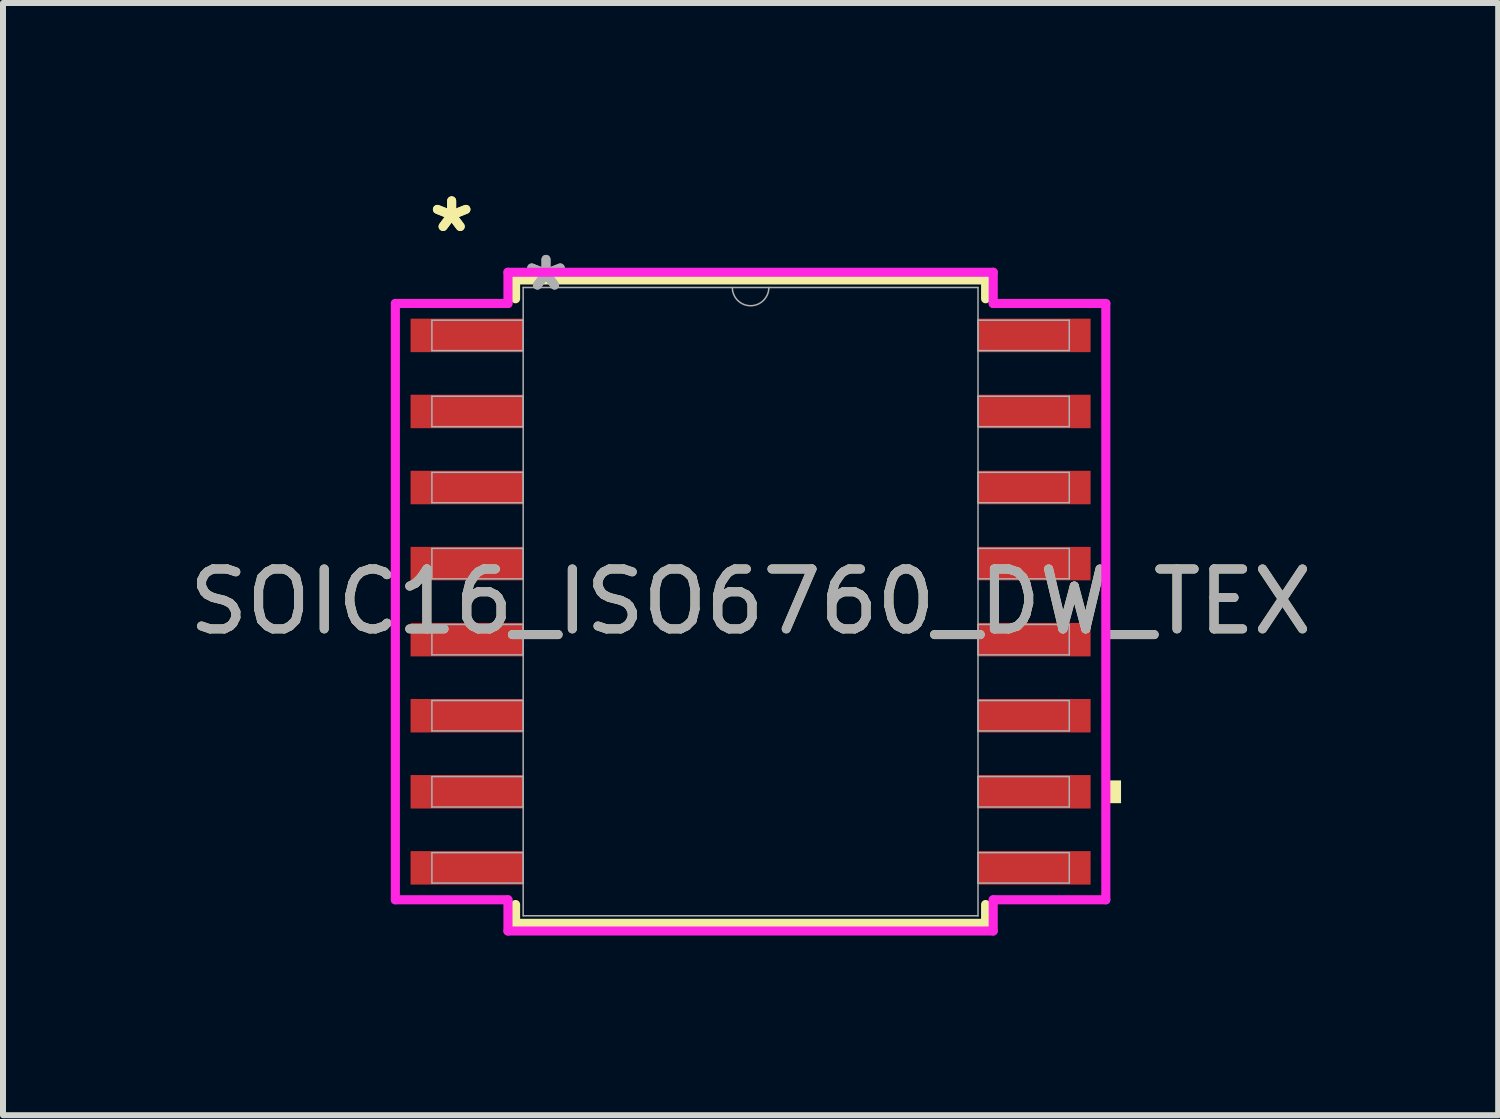
<source format=kicad_pcb>
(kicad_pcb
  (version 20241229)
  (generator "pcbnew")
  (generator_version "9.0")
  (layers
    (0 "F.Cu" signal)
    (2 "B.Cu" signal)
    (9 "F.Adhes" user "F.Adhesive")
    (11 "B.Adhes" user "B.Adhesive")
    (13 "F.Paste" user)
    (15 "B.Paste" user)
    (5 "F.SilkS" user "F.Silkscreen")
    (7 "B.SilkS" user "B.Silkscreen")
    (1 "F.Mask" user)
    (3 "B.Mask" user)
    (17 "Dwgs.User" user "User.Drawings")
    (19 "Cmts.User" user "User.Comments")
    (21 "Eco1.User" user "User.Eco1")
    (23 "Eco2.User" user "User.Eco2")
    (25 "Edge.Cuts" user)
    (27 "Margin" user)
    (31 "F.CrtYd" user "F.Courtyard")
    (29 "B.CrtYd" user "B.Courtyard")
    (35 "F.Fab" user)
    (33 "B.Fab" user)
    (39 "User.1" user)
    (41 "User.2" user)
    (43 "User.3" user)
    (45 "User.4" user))
  (footprint "SOIC16_ISO6760_DW_TEX"
    (layer "F.Cu")
    (at 9.482 6.995)
    (property "Reference" "SOIC16_ISO6760_DW_TEX" (at 0 0 0) (unlocked yes) (layer "F.SilkS") (effects (font (size 1 1) (thickness 0.15))))
    (attr smd)
    (fp_line (start -3.924 -5.372) (end -3.924 -5.057) (stroke (width 0.152) (type solid)) (layer "F.SilkS"))
    (fp_line (start -3.924 5.057) (end -3.924 5.372) (stroke (width 0.152) (type solid)) (layer "F.SilkS"))
    (fp_line (start -3.924 5.372) (end 3.924 5.372) (stroke (width 0.152) (type solid)) (layer "F.SilkS"))
    (fp_line (start 3.924 -5.372) (end -3.924 -5.372) (stroke (width 0.152) (type solid)) (layer "F.SilkS"))
    (fp_line (start 3.924 -5.057) (end 3.924 -5.372) (stroke (width 0.152) (type solid)) (layer "F.SilkS"))
    (fp_line (start 3.924 5.372) (end 3.924 5.057) (stroke (width 0.152) (type solid)) (layer "F.SilkS"))
    (fp_poly (pts (xy 6.185 2.985) (xy 6.185 3.365) (xy 5.931 3.365) (xy 5.931 2.985)) (stroke (width 0) (type solid)) (fill yes) (layer "F.SilkS"))
    (fp_line (start -5.931 -4.978) (end -4.051 -4.978) (stroke (width 0.152) (type solid)) (layer "F.CrtYd"))
    (fp_line (start -5.931 4.978) (end -5.931 -4.978) (stroke (width 0.152) (type solid)) (layer "F.CrtYd"))
    (fp_line (start -5.931 4.978) (end -4.051 4.978) (stroke (width 0.152) (type solid)) (layer "F.CrtYd"))
    (fp_line (start -4.051 -5.499) (end 4.051 -5.499) (stroke (width 0.152) (type solid)) (layer "F.CrtYd"))
    (fp_line (start -4.051 -4.978) (end -4.051 -5.499) (stroke (width 0.152) (type solid)) (layer "F.CrtYd"))
    (fp_line (start -4.051 5.499) (end -4.051 4.978) (stroke (width 0.152) (type solid)) (layer "F.CrtYd"))
    (fp_line (start 4.051 -5.499) (end 4.051 -4.978) (stroke (width 0.152) (type solid)) (layer "F.CrtYd"))
    (fp_line (start 4.051 4.978) (end 4.051 5.499) (stroke (width 0.152) (type solid)) (layer "F.CrtYd"))
    (fp_line (start 4.051 5.499) (end -4.051 5.499) (stroke (width 0.152) (type solid)) (layer "F.CrtYd"))
    (fp_line (start 5.931 -4.978) (end 4.051 -4.978) (stroke (width 0.152) (type solid)) (layer "F.CrtYd"))
    (fp_line (start 5.931 -4.978) (end 5.931 4.978) (stroke (width 0.152) (type solid)) (layer "F.CrtYd"))
    (fp_line (start 5.931 4.978) (end 4.051 4.978) (stroke (width 0.152) (type solid)) (layer "F.CrtYd"))
    (fp_line (start -5.321 -4.699) (end -5.321 -4.191) (stroke (width 0.025) (type solid)) (layer "F.Fab"))
    (fp_line (start -5.321 -4.191) (end -3.797 -4.191) (stroke (width 0.025) (type solid)) (layer "F.Fab"))
    (fp_line (start -5.321 -3.429) (end -5.321 -2.921) (stroke (width 0.025) (type solid)) (layer "F.Fab"))
    (fp_line (start -5.321 -2.921) (end -3.797 -2.921) (stroke (width 0.025) (type solid)) (layer "F.Fab"))
    (fp_line (start -5.321 -2.159) (end -5.321 -1.651) (stroke (width 0.025) (type solid)) (layer "F.Fab"))
    (fp_line (start -5.321 -1.651) (end -3.797 -1.651) (stroke (width 0.025) (type solid)) (layer "F.Fab"))
    (fp_line (start -5.321 -0.889) (end -5.321 -0.381) (stroke (width 0.025) (type solid)) (layer "F.Fab"))
    (fp_line (start -5.321 -0.381) (end -3.797 -0.381) (stroke (width 0.025) (type solid)) (layer "F.Fab"))
    (fp_line (start -5.321 0.381) (end -5.321 0.889) (stroke (width 0.025) (type solid)) (layer "F.Fab"))
    (fp_line (start -5.321 0.889) (end -3.797 0.889) (stroke (width 0.025) (type solid)) (layer "F.Fab"))
    (fp_line (start -5.321 1.651) (end -5.321 2.159) (stroke (width 0.025) (type solid)) (layer "F.Fab"))
    (fp_line (start -5.321 2.159) (end -3.797 2.159) (stroke (width 0.025) (type solid)) (layer "F.Fab"))
    (fp_line (start -5.321 2.921) (end -5.321 3.429) (stroke (width 0.025) (type solid)) (layer "F.Fab"))
    (fp_line (start -5.321 3.429) (end -3.797 3.429) (stroke (width 0.025) (type solid)) (layer "F.Fab"))
    (fp_line (start -5.321 4.191) (end -5.321 4.699) (stroke (width 0.025) (type solid)) (layer "F.Fab"))
    (fp_line (start -5.321 4.699) (end -3.797 4.699) (stroke (width 0.025) (type solid)) (layer "F.Fab"))
    (fp_line (start -3.797 -5.245) (end -3.797 5.245) (stroke (width 0.025) (type solid)) (layer "F.Fab"))
    (fp_line (start -3.797 -4.699) (end -5.321 -4.699) (stroke (width 0.025) (type solid)) (layer "F.Fab"))
    (fp_line (start -3.797 -4.191) (end -3.797 -4.699) (stroke (width 0.025) (type solid)) (layer "F.Fab"))
    (fp_line (start -3.797 -3.429) (end -5.321 -3.429) (stroke (width 0.025) (type solid)) (layer "F.Fab"))
    (fp_line (start -3.797 -2.921) (end -3.797 -3.429) (stroke (width 0.025) (type solid)) (layer "F.Fab"))
    (fp_line (start -3.797 -2.159) (end -5.321 -2.159) (stroke (width 0.025) (type solid)) (layer "F.Fab"))
    (fp_line (start -3.797 -1.651) (end -3.797 -2.159) (stroke (width 0.025) (type solid)) (layer "F.Fab"))
    (fp_line (start -3.797 -0.889) (end -5.321 -0.889) (stroke (width 0.025) (type solid)) (layer "F.Fab"))
    (fp_line (start -3.797 -0.381) (end -3.797 -0.889) (stroke (width 0.025) (type solid)) (layer "F.Fab"))
    (fp_line (start -3.797 0.381) (end -5.321 0.381) (stroke (width 0.025) (type solid)) (layer "F.Fab"))
    (fp_line (start -3.797 0.889) (end -3.797 0.381) (stroke (width 0.025) (type solid)) (layer "F.Fab"))
    (fp_line (start -3.797 1.651) (end -5.321 1.651) (stroke (width 0.025) (type solid)) (layer "F.Fab"))
    (fp_line (start -3.797 2.159) (end -3.797 1.651) (stroke (width 0.025) (type solid)) (layer "F.Fab"))
    (fp_line (start -3.797 2.921) (end -5.321 2.921) (stroke (width 0.025) (type solid)) (layer "F.Fab"))
    (fp_line (start -3.797 3.429) (end -3.797 2.921) (stroke (width 0.025) (type solid)) (layer "F.Fab"))
    (fp_line (start -3.797 4.191) (end -5.321 4.191) (stroke (width 0.025) (type solid)) (layer "F.Fab"))
    (fp_line (start -3.797 4.699) (end -3.797 4.191) (stroke (width 0.025) (type solid)) (layer "F.Fab"))
    (fp_line (start -3.797 5.245) (end 3.797 5.245) (stroke (width 0.025) (type solid)) (layer "F.Fab"))
    (fp_line (start 3.797 -5.245) (end -3.797 -5.245) (stroke (width 0.025) (type solid)) (layer "F.Fab"))
    (fp_line (start 3.797 -4.699) (end 3.797 -4.191) (stroke (width 0.025) (type solid)) (layer "F.Fab"))
    (fp_line (start 3.797 -4.191) (end 5.321 -4.191) (stroke (width 0.025) (type solid)) (layer "F.Fab"))
    (fp_line (start 3.797 -3.429) (end 3.797 -2.921) (stroke (width 0.025) (type solid)) (layer "F.Fab"))
    (fp_line (start 3.797 -2.921) (end 5.321 -2.921) (stroke (width 0.025) (type solid)) (layer "F.Fab"))
    (fp_line (start 3.797 -2.159) (end 3.797 -1.651) (stroke (width 0.025) (type solid)) (layer "F.Fab"))
    (fp_line (start 3.797 -1.651) (end 5.321 -1.651) (stroke (width 0.025) (type solid)) (layer "F.Fab"))
    (fp_line (start 3.797 -0.889) (end 3.797 -0.381) (stroke (width 0.025) (type solid)) (layer "F.Fab"))
    (fp_line (start 3.797 -0.381) (end 5.321 -0.381) (stroke (width 0.025) (type solid)) (layer "F.Fab"))
    (fp_line (start 3.797 0.381) (end 3.797 0.889) (stroke (width 0.025) (type solid)) (layer "F.Fab"))
    (fp_line (start 3.797 0.889) (end 5.321 0.889) (stroke (width 0.025) (type solid)) (layer "F.Fab"))
    (fp_line (start 3.797 1.651) (end 3.797 2.159) (stroke (width 0.025) (type solid)) (layer "F.Fab"))
    (fp_line (start 3.797 2.159) (end 5.321 2.159) (stroke (width 0.025) (type solid)) (layer "F.Fab"))
    (fp_line (start 3.797 2.921) (end 3.797 3.429) (stroke (width 0.025) (type solid)) (layer "F.Fab"))
    (fp_line (start 3.797 3.429) (end 5.321 3.429) (stroke (width 0.025) (type solid)) (layer "F.Fab"))
    (fp_line (start 3.797 4.191) (end 3.797 4.699) (stroke (width 0.025) (type solid)) (layer "F.Fab"))
    (fp_line (start 3.797 4.699) (end 5.321 4.699) (stroke (width 0.025) (type solid)) (layer "F.Fab"))
    (fp_line (start 3.797 5.245) (end 3.797 -5.245) (stroke (width 0.025) (type solid)) (layer "F.Fab"))
    (fp_line (start 5.321 -4.699) (end 3.797 -4.699) (stroke (width 0.025) (type solid)) (layer "F.Fab"))
    (fp_line (start 5.321 -4.191) (end 5.321 -4.699) (stroke (width 0.025) (type solid)) (layer "F.Fab"))
    (fp_line (start 5.321 -3.429) (end 3.797 -3.429) (stroke (width 0.025) (type solid)) (layer "F.Fab"))
    (fp_line (start 5.321 -2.921) (end 5.321 -3.429) (stroke (width 0.025) (type solid)) (layer "F.Fab"))
    (fp_line (start 5.321 -2.159) (end 3.797 -2.159) (stroke (width 0.025) (type solid)) (layer "F.Fab"))
    (fp_line (start 5.321 -1.651) (end 5.321 -2.159) (stroke (width 0.025) (type solid)) (layer "F.Fab"))
    (fp_line (start 5.321 -0.889) (end 3.797 -0.889) (stroke (width 0.025) (type solid)) (layer "F.Fab"))
    (fp_line (start 5.321 -0.381) (end 5.321 -0.889) (stroke (width 0.025) (type solid)) (layer "F.Fab"))
    (fp_line (start 5.321 0.381) (end 3.797 0.381) (stroke (width 0.025) (type solid)) (layer "F.Fab"))
    (fp_line (start 5.321 0.889) (end 5.321 0.381) (stroke (width 0.025) (type solid)) (layer "F.Fab"))
    (fp_line (start 5.321 1.651) (end 3.797 1.651) (stroke (width 0.025) (type solid)) (layer "F.Fab"))
    (fp_line (start 5.321 2.159) (end 5.321 1.651) (stroke (width 0.025) (type solid)) (layer "F.Fab"))
    (fp_line (start 5.321 2.921) (end 3.797 2.921) (stroke (width 0.025) (type solid)) (layer "F.Fab"))
    (fp_line (start 5.321 3.429) (end 5.321 2.921) (stroke (width 0.025) (type solid)) (layer "F.Fab"))
    (fp_line (start 5.321 4.191) (end 3.797 4.191) (stroke (width 0.025) (type solid)) (layer "F.Fab"))
    (fp_line (start 5.321 4.699) (end 5.321 4.191) (stroke (width 0.025) (type solid)) (layer "F.Fab"))
    (fp_arc (start 0.3048 -5.2451) (mid 0 -4.9403) (end -0.3048 -5.2451) (stroke (width 0.0254) (type solid)) (layer "F.Fab"))
    (fp_text user "*" (at -4.991 -6.147 0) (unlocked yes) (layer "F.SilkS") (effects (font (size 1 1) (thickness 0.15))))
    (fp_text user "*" (at -4.991 -6.147 0) (layer "F.SilkS") (effects (font (size 1 1) (thickness 0.15))))
    (fp_text user "${REFERENCE}" (at 0 0 0) (unlocked yes) (layer "F.Fab") (effects (font (size 1 1) (thickness 0.15))))
    (fp_text user "*" (at -3.416 -5.169 0) (layer "F.Fab") (effects (font (size 1 1) (thickness 0.15))))
    (fp_text user "*" (at -3.416 -5.169 0) (unlocked yes) (layer "F.Fab") (effects (font (size 1 1) (thickness 0.15))))
    (pad "1" smd rect (at -4.737 -4.445) (size 1.88 0.559) (layers "F.Cu" "F.Mask" "F.Paste"))
    (pad "2" smd rect (at -4.737 -3.175) (size 1.88 0.559) (layers "F.Cu" "F.Mask" "F.Paste"))
    (pad "3" smd rect (at -4.737 -1.905) (size 1.88 0.559) (layers "F.Cu" "F.Mask" "F.Paste"))
    (pad "4" smd rect (at -4.737 -0.635) (size 1.88 0.559) (layers "F.Cu" "F.Mask" "F.Paste"))
    (pad "5" smd rect (at -4.737 0.635) (size 1.88 0.559) (layers "F.Cu" "F.Mask" "F.Paste"))
    (pad "6" smd rect (at -4.737 1.905) (size 1.88 0.559) (layers "F.Cu" "F.Mask" "F.Paste"))
    (pad "7" smd rect (at -4.737 3.175) (size 1.88 0.559) (layers "F.Cu" "F.Mask" "F.Paste"))
    (pad "8" smd rect (at -4.737 4.445) (size 1.88 0.559) (layers "F.Cu" "F.Mask" "F.Paste"))
    (pad "9" smd rect (at 4.737 4.445) (size 1.88 0.559) (layers "F.Cu" "F.Mask" "F.Paste"))
    (pad "10" smd rect (at 4.737 3.175) (size 1.88 0.559) (layers "F.Cu" "F.Mask" "F.Paste"))
    (pad "11" smd rect (at 4.737 1.905) (size 1.88 0.559) (layers "F.Cu" "F.Mask" "F.Paste"))
    (pad "12" smd rect (at 4.737 0.635) (size 1.88 0.559) (layers "F.Cu" "F.Mask" "F.Paste"))
    (pad "13" smd rect (at 4.737 -0.635) (size 1.88 0.559) (layers "F.Cu" "F.Mask" "F.Paste"))
    (pad "14" smd rect (at 4.737 -1.905) (size 1.88 0.559) (layers "F.Cu" "F.Mask" "F.Paste"))
    (pad "15" smd rect (at 4.737 -3.175) (size 1.88 0.559) (layers "F.Cu" "F.Mask" "F.Paste"))
    (pad "16" smd rect (at 4.737 -4.445) (size 1.88 0.559) (layers "F.Cu" "F.Mask" "F.Paste")))
  (gr_rect
    (start -3 -3)
    (end 21.964 15.57)
    (stroke (width 0.1) (type default))
    (fill no)
    (layer "Edge.Cuts")))
</source>
